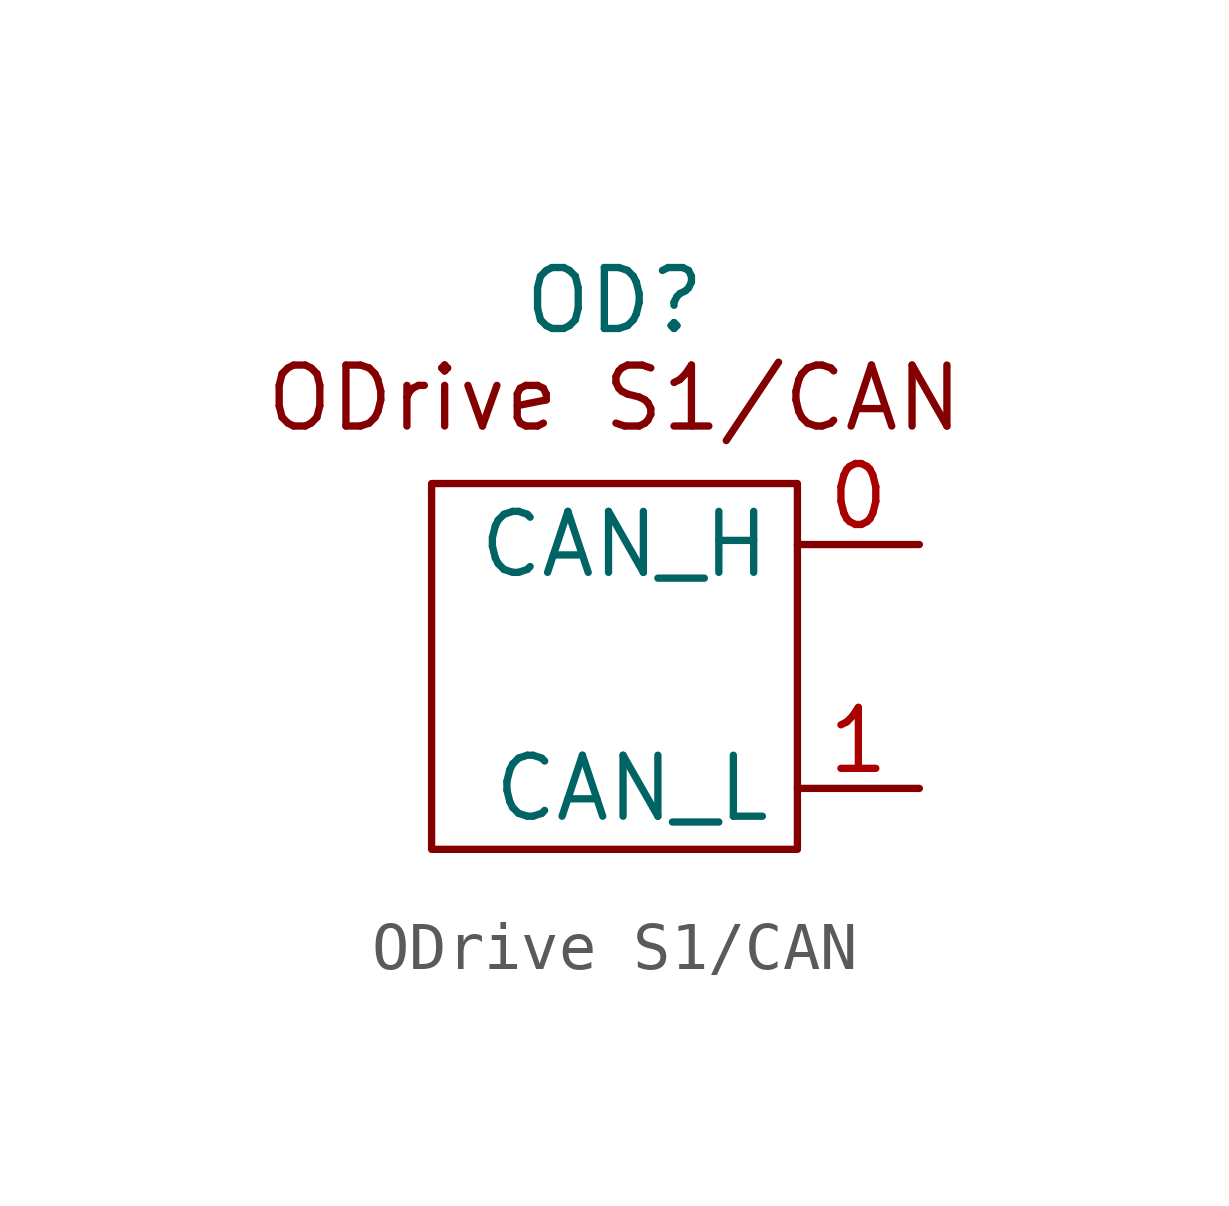
<source format=kicad_sym>
(kicad_symbol_lib
  (version 20241209)
  (generator "kicad_symbol_editor")
  (generator_version "9.0")
  (symbol "ODrive S1/CAN"
    (property "Reference" "OD"
      (at 0 7.62 0)
      (effects (font (size 1.27 1.27))))
    (property "Value" ""
      (at 0 0 0)
      (effects (font (size 1.27 1.27))))
    (symbol "ODrive S1/CAN_0_1"
      (rectangle (start -3.81 3.81) (end 3.81 -3.81) (stroke (width 0) (type default)) (fill (type none))))
    (symbol "ODrive S1/CAN_1_1"
      (text "ODrive S1/CAN\n" (at 0 5.588 0) (effects (font (size 1.27 1.27))))
      (pin bidirectional line (at 6.35 2.54 180) (length 2.54) (name "CAN_H" (effects (font (size 1.27 1.27)))) (number "0" (effects (font (size 1.27 1.27)))))
      (pin bidirectional line (at 6.35 -2.54 180) (length 2.54) (name "CAN_L" (effects (font (size 1.27 1.27)))) (number "1" (effects (font (size 1.27 1.27))))))))
</source>
